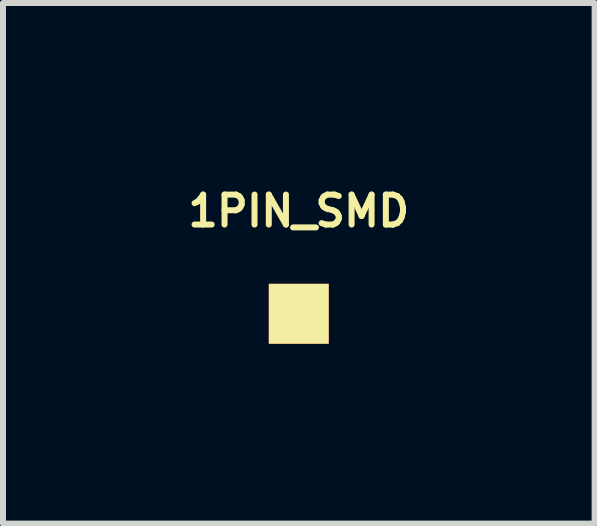
<source format=kicad_pcb>
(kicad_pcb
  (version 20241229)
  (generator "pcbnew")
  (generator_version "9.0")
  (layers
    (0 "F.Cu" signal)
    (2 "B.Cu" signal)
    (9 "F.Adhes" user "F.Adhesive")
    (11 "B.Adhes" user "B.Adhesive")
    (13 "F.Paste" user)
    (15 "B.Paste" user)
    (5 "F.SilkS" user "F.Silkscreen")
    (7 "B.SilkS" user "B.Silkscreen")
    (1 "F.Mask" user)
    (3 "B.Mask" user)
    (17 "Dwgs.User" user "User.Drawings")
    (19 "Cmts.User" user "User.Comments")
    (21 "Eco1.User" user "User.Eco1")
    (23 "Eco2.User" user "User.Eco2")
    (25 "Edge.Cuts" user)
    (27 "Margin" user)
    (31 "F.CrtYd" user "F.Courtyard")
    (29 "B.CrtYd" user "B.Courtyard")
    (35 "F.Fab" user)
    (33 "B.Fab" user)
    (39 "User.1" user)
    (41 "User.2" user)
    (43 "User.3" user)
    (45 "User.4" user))
  (footprint "1PIN_SMD"
    (layer "F.Cu")
    (at 1.933 2.183)
    (property "Reference" "1PIN_SMD" (at 0 -1.714 0) (layer "F.SilkS") (effects (font (size 0.5 0.5) (thickness 0.1))))
    (attr through_hole)
    (pad "1" smd rect (at 0 0) (size 1 1) (layers "F.Cu" "F.Mask" "F.SilkS" "F.Paste")))
  (gr_rect
    (start -3 -3)
    (end 6.867 5.683)
    (stroke (width 0.1) (type default))
    (fill no)
    (layer "Edge.Cuts")))
</source>
